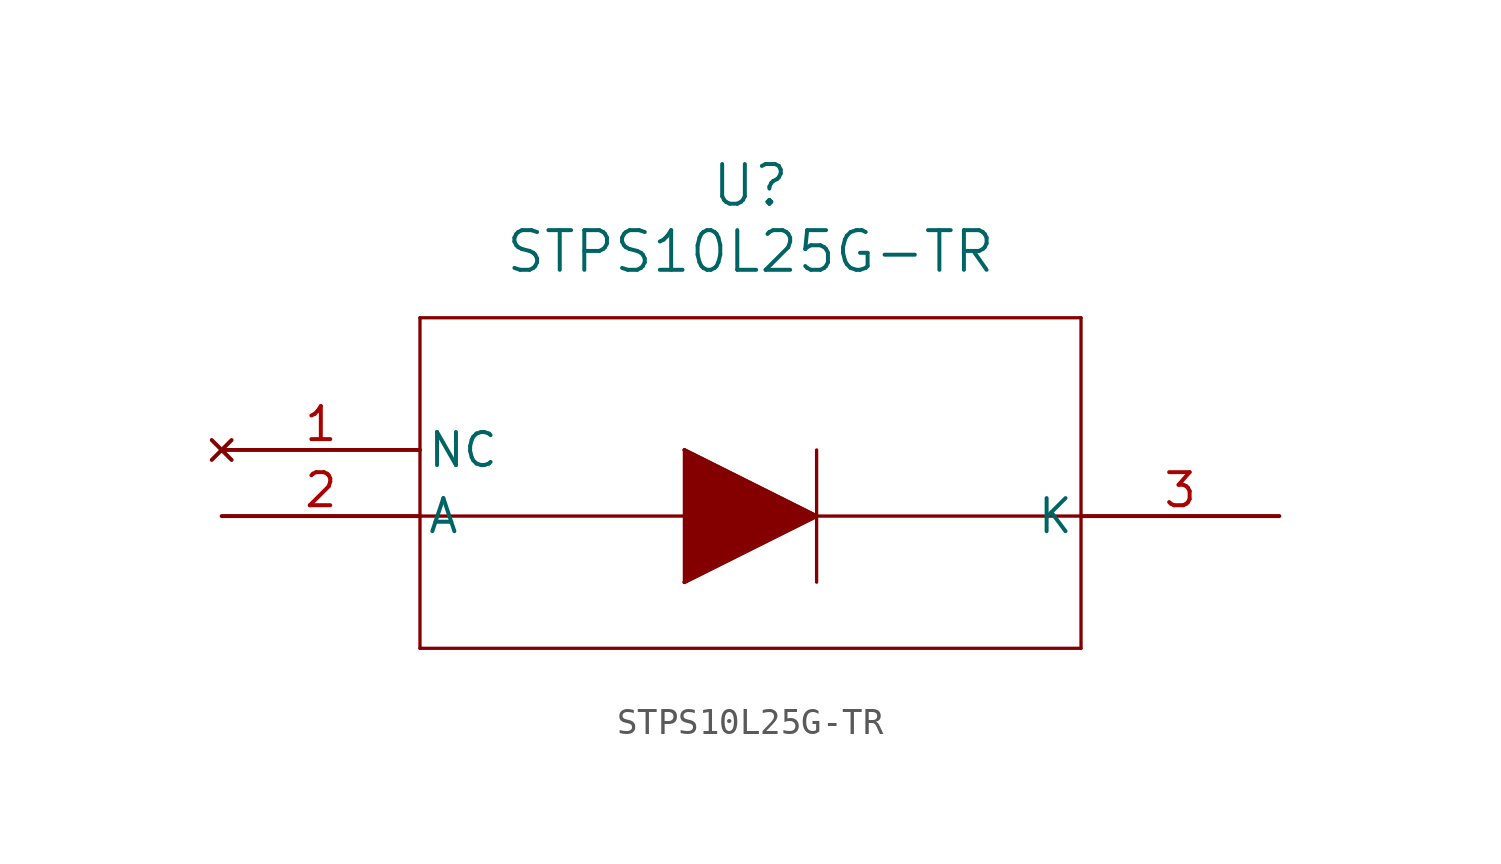
<source format=kicad_sym>
(kicad_symbol_lib
  (version 20211014)
  (generator kicad_symbol_editor)
  (symbol "STPS10L25G-TR"
    (pin_names
      (offset 0.254))
    (property "Reference" "U"
      (at 20.32 10.16 0)
      (effects (font (size 1.524 1.524))))
    (property "Value" "STPS10L25G-TR"
      (at 20.32 7.62 0)
      (effects (font (size 1.524 1.524))))
    (symbol "STPS10L25G-TR_0_1"
      (polyline (pts (xy 7.62 5.08) (xy 7.62 -7.62)) (stroke (width 0.127) (type default) (color 0 0 0 0)) (fill (type none)))
      (polyline (pts (xy 7.62 -7.62) (xy 33.02 -7.62)) (stroke (width 0.127) (type default) (color 0 0 0 0)) (fill (type none)))
      (polyline (pts (xy 33.02 -7.62) (xy 33.02 5.08)) (stroke (width 0.127) (type default) (color 0 0 0 0)) (fill (type none)))
      (polyline (pts (xy 33.02 5.08) (xy 7.62 5.08)) (stroke (width 0.127) (type default) (color 0 0 0 0)) (fill (type none)))
      (polyline (pts (xy 7.62 -2.54) (xy 33.02 -2.54)) (stroke (width 0.127) (type default) (color 0 0 0 0)) (fill (type none)))
      (polyline (pts (xy 17.78 0) (xy 17.78 -5.08)) (stroke (width 0.127) (type default) (color 0 0 0 0)) (fill (type none)))
      (polyline (pts (xy 17.78 0) (xy 22.86 -2.54)) (stroke (width 0.127) (type default) (color 0 0 0 0)) (fill (type none)))
      (polyline (pts (xy 22.86 -2.54) (xy 17.78 -5.08)) (stroke (width 0.127) (type default) (color 0 0 0 0)) (fill (type none)))
      (polyline (pts (xy 22.86 0) (xy 22.86 -5.08)) (stroke (width 0.127) (type default) (color 0 0 0 0)) (fill (type none)))
      (polyline (pts (xy 17.78 0) (xy 22.86 -2.54) (xy 17.78 -5.08)) (stroke (width 0) (type default) (color 0 0 0 0)) (fill (type outline)))
      (pin no_connect line (at 0 0 0) (length 7.62) (name "NC" (effects (font (size 1.27 1.27)))) (number "1" (effects (font (size 1.27 1.27)))))
      (pin unspecified line (at 0 -2.54 0) (length 7.62) (name "A" (effects (font (size 1.27 1.27)))) (number "2" (effects (font (size 1.27 1.27)))))
      (pin unspecified line (at 40.64 -2.54 180) (length 7.62) (name "K" (effects (font (size 1.27 1.27)))) (number "3" (effects (font (size 1.27 1.27))))))))
</source>
